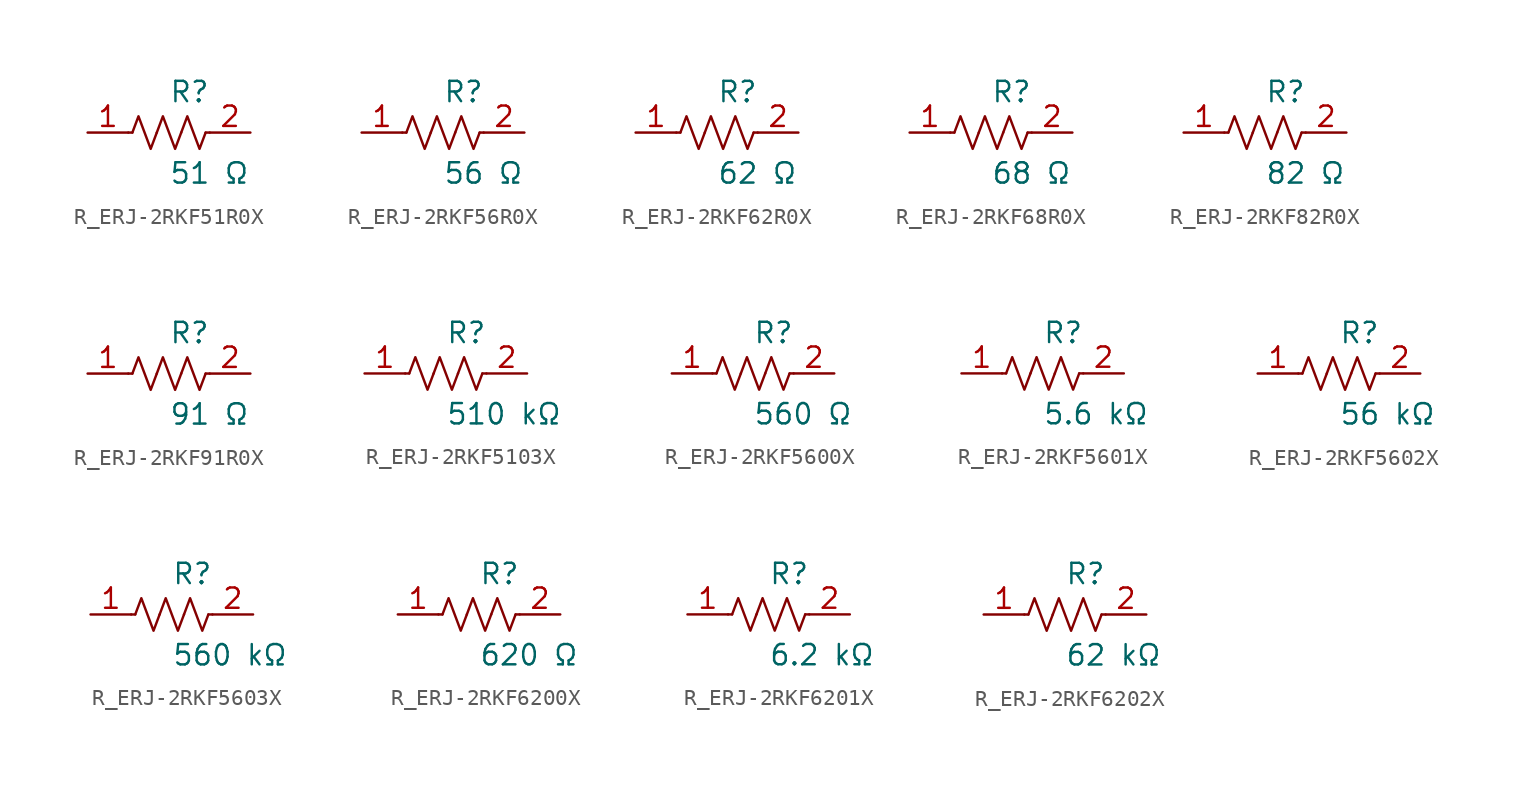
<source format=kicad_sym>
(kicad_symbol_lib
  (version 20231120)
  (generator kicad_symbol_editor)
  (generator_version 8.0)
  (symbol "R_ERJ-2RKF51R0X"
    (pin_names
      (offset 0.254))
    (property "Reference" "R"
      (at 0.0 2.54 0)
      (effects (font (size 1.27 1.27)) (justify left)))
    (property "Value" "51 Ω"
      (at 0.0 -2.54 0)
      (effects (font (size 1.27 1.27)) (justify left)))
    (symbol "R_ERJ-2RKF51R0X_0_1"
      (polyline (pts (xy 2.286 0) (xy 2.54 0)) (stroke (width 0) (type default)) (fill (type none)))
      (polyline (pts (xy -2.286 0) (xy -2.54 0)) (stroke (width 0) (type default)) (fill (type none)))
      (polyline (pts (xy 0.762 0) (xy 1.143 1.016) (xy 1.524 0) (xy 1.905 -1.016) (xy 2.286 0)) (stroke (width 0) (type default)) (fill (type none)))
      (polyline (pts (xy -0.762 0) (xy -0.381 1.016) (xy 0 0) (xy 0.381 -1.016) (xy 0.762 0)) (stroke (width 0) (type default)) (fill (type none)))
      (polyline (pts (xy -2.286 0) (xy -1.905 1.016) (xy -1.524 0) (xy -1.143 -1.016) (xy -0.762 0)) (stroke (width 0) (type default)) (fill (type none))))
    (pin unspecified line
      (at -5.08 0 0)
      (length 2.54)
      (name "" (effects (font (size 1.27 1.27))))
      (number "1" (effects (font (size 1.27 1.27)))))
    (pin unspecified line
      (at 5.08 0 180)
      (length 2.54)
      (name "" (effects (font (size 1.27 1.27))))
      (number "2" (effects (font (size 1.27 1.27))))))
  (symbol "R_ERJ-2RKF56R0X"
    (pin_names
      (offset 0.254))
    (property "Reference" "R"
      (at 0.0 2.54 0)
      (effects (font (size 1.27 1.27)) (justify left)))
    (property "Value" "56 Ω"
      (at 0.0 -2.54 0)
      (effects (font (size 1.27 1.27)) (justify left)))
    (symbol "R_ERJ-2RKF56R0X_0_1"
      (polyline (pts (xy 2.286 0) (xy 2.54 0)) (stroke (width 0) (type default)) (fill (type none)))
      (polyline (pts (xy -2.286 0) (xy -2.54 0)) (stroke (width 0) (type default)) (fill (type none)))
      (polyline (pts (xy 0.762 0) (xy 1.143 1.016) (xy 1.524 0) (xy 1.905 -1.016) (xy 2.286 0)) (stroke (width 0) (type default)) (fill (type none)))
      (polyline (pts (xy -0.762 0) (xy -0.381 1.016) (xy 0 0) (xy 0.381 -1.016) (xy 0.762 0)) (stroke (width 0) (type default)) (fill (type none)))
      (polyline (pts (xy -2.286 0) (xy -1.905 1.016) (xy -1.524 0) (xy -1.143 -1.016) (xy -0.762 0)) (stroke (width 0) (type default)) (fill (type none))))
    (pin unspecified line
      (at -5.08 0 0)
      (length 2.54)
      (name "" (effects (font (size 1.27 1.27))))
      (number "1" (effects (font (size 1.27 1.27)))))
    (pin unspecified line
      (at 5.08 0 180)
      (length 2.54)
      (name "" (effects (font (size 1.27 1.27))))
      (number "2" (effects (font (size 1.27 1.27))))))
  (symbol "R_ERJ-2RKF62R0X"
    (pin_names
      (offset 0.254))
    (property "Reference" "R"
      (at 0.0 2.54 0)
      (effects (font (size 1.27 1.27)) (justify left)))
    (property "Value" "62 Ω"
      (at 0.0 -2.54 0)
      (effects (font (size 1.27 1.27)) (justify left)))
    (symbol "R_ERJ-2RKF62R0X_0_1"
      (polyline (pts (xy 2.286 0) (xy 2.54 0)) (stroke (width 0) (type default)) (fill (type none)))
      (polyline (pts (xy -2.286 0) (xy -2.54 0)) (stroke (width 0) (type default)) (fill (type none)))
      (polyline (pts (xy 0.762 0) (xy 1.143 1.016) (xy 1.524 0) (xy 1.905 -1.016) (xy 2.286 0)) (stroke (width 0) (type default)) (fill (type none)))
      (polyline (pts (xy -0.762 0) (xy -0.381 1.016) (xy 0 0) (xy 0.381 -1.016) (xy 0.762 0)) (stroke (width 0) (type default)) (fill (type none)))
      (polyline (pts (xy -2.286 0) (xy -1.905 1.016) (xy -1.524 0) (xy -1.143 -1.016) (xy -0.762 0)) (stroke (width 0) (type default)) (fill (type none))))
    (pin unspecified line
      (at -5.08 0 0)
      (length 2.54)
      (name "" (effects (font (size 1.27 1.27))))
      (number "1" (effects (font (size 1.27 1.27)))))
    (pin unspecified line
      (at 5.08 0 180)
      (length 2.54)
      (name "" (effects (font (size 1.27 1.27))))
      (number "2" (effects (font (size 1.27 1.27))))))
  (symbol "R_ERJ-2RKF68R0X"
    (pin_names
      (offset 0.254))
    (property "Reference" "R"
      (at 0.0 2.54 0)
      (effects (font (size 1.27 1.27)) (justify left)))
    (property "Value" "68 Ω"
      (at 0.0 -2.54 0)
      (effects (font (size 1.27 1.27)) (justify left)))
    (symbol "R_ERJ-2RKF68R0X_0_1"
      (polyline (pts (xy 2.286 0) (xy 2.54 0)) (stroke (width 0) (type default)) (fill (type none)))
      (polyline (pts (xy -2.286 0) (xy -2.54 0)) (stroke (width 0) (type default)) (fill (type none)))
      (polyline (pts (xy 0.762 0) (xy 1.143 1.016) (xy 1.524 0) (xy 1.905 -1.016) (xy 2.286 0)) (stroke (width 0) (type default)) (fill (type none)))
      (polyline (pts (xy -0.762 0) (xy -0.381 1.016) (xy 0 0) (xy 0.381 -1.016) (xy 0.762 0)) (stroke (width 0) (type default)) (fill (type none)))
      (polyline (pts (xy -2.286 0) (xy -1.905 1.016) (xy -1.524 0) (xy -1.143 -1.016) (xy -0.762 0)) (stroke (width 0) (type default)) (fill (type none))))
    (pin unspecified line
      (at -5.08 0 0)
      (length 2.54)
      (name "" (effects (font (size 1.27 1.27))))
      (number "1" (effects (font (size 1.27 1.27)))))
    (pin unspecified line
      (at 5.08 0 180)
      (length 2.54)
      (name "" (effects (font (size 1.27 1.27))))
      (number "2" (effects (font (size 1.27 1.27))))))
  (symbol "R_ERJ-2RKF82R0X"
    (pin_names
      (offset 0.254))
    (property "Reference" "R"
      (at 0.0 2.54 0)
      (effects (font (size 1.27 1.27)) (justify left)))
    (property "Value" "82 Ω"
      (at 0.0 -2.54 0)
      (effects (font (size 1.27 1.27)) (justify left)))
    (symbol "R_ERJ-2RKF82R0X_0_1"
      (polyline (pts (xy 2.286 0) (xy 2.54 0)) (stroke (width 0) (type default)) (fill (type none)))
      (polyline (pts (xy -2.286 0) (xy -2.54 0)) (stroke (width 0) (type default)) (fill (type none)))
      (polyline (pts (xy 0.762 0) (xy 1.143 1.016) (xy 1.524 0) (xy 1.905 -1.016) (xy 2.286 0)) (stroke (width 0) (type default)) (fill (type none)))
      (polyline (pts (xy -0.762 0) (xy -0.381 1.016) (xy 0 0) (xy 0.381 -1.016) (xy 0.762 0)) (stroke (width 0) (type default)) (fill (type none)))
      (polyline (pts (xy -2.286 0) (xy -1.905 1.016) (xy -1.524 0) (xy -1.143 -1.016) (xy -0.762 0)) (stroke (width 0) (type default)) (fill (type none))))
    (pin unspecified line
      (at -5.08 0 0)
      (length 2.54)
      (name "" (effects (font (size 1.27 1.27))))
      (number "1" (effects (font (size 1.27 1.27)))))
    (pin unspecified line
      (at 5.08 0 180)
      (length 2.54)
      (name "" (effects (font (size 1.27 1.27))))
      (number "2" (effects (font (size 1.27 1.27))))))
  (symbol "R_ERJ-2RKF91R0X"
    (pin_names
      (offset 0.254))
    (property "Reference" "R"
      (at 0.0 2.54 0)
      (effects (font (size 1.27 1.27)) (justify left)))
    (property "Value" "91 Ω"
      (at 0.0 -2.54 0)
      (effects (font (size 1.27 1.27)) (justify left)))
    (symbol "R_ERJ-2RKF91R0X_0_1"
      (polyline (pts (xy 2.286 0) (xy 2.54 0)) (stroke (width 0) (type default)) (fill (type none)))
      (polyline (pts (xy -2.286 0) (xy -2.54 0)) (stroke (width 0) (type default)) (fill (type none)))
      (polyline (pts (xy 0.762 0) (xy 1.143 1.016) (xy 1.524 0) (xy 1.905 -1.016) (xy 2.286 0)) (stroke (width 0) (type default)) (fill (type none)))
      (polyline (pts (xy -0.762 0) (xy -0.381 1.016) (xy 0 0) (xy 0.381 -1.016) (xy 0.762 0)) (stroke (width 0) (type default)) (fill (type none)))
      (polyline (pts (xy -2.286 0) (xy -1.905 1.016) (xy -1.524 0) (xy -1.143 -1.016) (xy -0.762 0)) (stroke (width 0) (type default)) (fill (type none))))
    (pin unspecified line
      (at -5.08 0 0)
      (length 2.54)
      (name "" (effects (font (size 1.27 1.27))))
      (number "1" (effects (font (size 1.27 1.27)))))
    (pin unspecified line
      (at 5.08 0 180)
      (length 2.54)
      (name "" (effects (font (size 1.27 1.27))))
      (number "2" (effects (font (size 1.27 1.27))))))
  (symbol "R_ERJ-2RKF5103X"
    (pin_names
      (offset 0.254))
    (property "Reference" "R"
      (at 0.0 2.54 0)
      (effects (font (size 1.27 1.27)) (justify left)))
    (property "Value" "510 kΩ"
      (at 0.0 -2.54 0)
      (effects (font (size 1.27 1.27)) (justify left)))
    (symbol "R_ERJ-2RKF5103X_0_1"
      (polyline (pts (xy 2.286 0) (xy 2.54 0)) (stroke (width 0) (type default)) (fill (type none)))
      (polyline (pts (xy -2.286 0) (xy -2.54 0)) (stroke (width 0) (type default)) (fill (type none)))
      (polyline (pts (xy 0.762 0) (xy 1.143 1.016) (xy 1.524 0) (xy 1.905 -1.016) (xy 2.286 0)) (stroke (width 0) (type default)) (fill (type none)))
      (polyline (pts (xy -0.762 0) (xy -0.381 1.016) (xy 0 0) (xy 0.381 -1.016) (xy 0.762 0)) (stroke (width 0) (type default)) (fill (type none)))
      (polyline (pts (xy -2.286 0) (xy -1.905 1.016) (xy -1.524 0) (xy -1.143 -1.016) (xy -0.762 0)) (stroke (width 0) (type default)) (fill (type none))))
    (pin unspecified line
      (at -5.08 0 0)
      (length 2.54)
      (name "" (effects (font (size 1.27 1.27))))
      (number "1" (effects (font (size 1.27 1.27)))))
    (pin unspecified line
      (at 5.08 0 180)
      (length 2.54)
      (name "" (effects (font (size 1.27 1.27))))
      (number "2" (effects (font (size 1.27 1.27))))))
  (symbol "R_ERJ-2RKF5600X"
    (pin_names
      (offset 0.254))
    (property "Reference" "R"
      (at 0.0 2.54 0)
      (effects (font (size 1.27 1.27)) (justify left)))
    (property "Value" "560 Ω"
      (at 0.0 -2.54 0)
      (effects (font (size 1.27 1.27)) (justify left)))
    (symbol "R_ERJ-2RKF5600X_0_1"
      (polyline (pts (xy 2.286 0) (xy 2.54 0)) (stroke (width 0) (type default)) (fill (type none)))
      (polyline (pts (xy -2.286 0) (xy -2.54 0)) (stroke (width 0) (type default)) (fill (type none)))
      (polyline (pts (xy 0.762 0) (xy 1.143 1.016) (xy 1.524 0) (xy 1.905 -1.016) (xy 2.286 0)) (stroke (width 0) (type default)) (fill (type none)))
      (polyline (pts (xy -0.762 0) (xy -0.381 1.016) (xy 0 0) (xy 0.381 -1.016) (xy 0.762 0)) (stroke (width 0) (type default)) (fill (type none)))
      (polyline (pts (xy -2.286 0) (xy -1.905 1.016) (xy -1.524 0) (xy -1.143 -1.016) (xy -0.762 0)) (stroke (width 0) (type default)) (fill (type none))))
    (pin unspecified line
      (at -5.08 0 0)
      (length 2.54)
      (name "" (effects (font (size 1.27 1.27))))
      (number "1" (effects (font (size 1.27 1.27)))))
    (pin unspecified line
      (at 5.08 0 180)
      (length 2.54)
      (name "" (effects (font (size 1.27 1.27))))
      (number "2" (effects (font (size 1.27 1.27))))))
  (symbol "R_ERJ-2RKF5601X"
    (pin_names
      (offset 0.254))
    (property "Reference" "R"
      (at 0.0 2.54 0)
      (effects (font (size 1.27 1.27)) (justify left)))
    (property "Value" "5.6 kΩ"
      (at 0.0 -2.54 0)
      (effects (font (size 1.27 1.27)) (justify left)))
    (symbol "R_ERJ-2RKF5601X_0_1"
      (polyline (pts (xy 2.286 0) (xy 2.54 0)) (stroke (width 0) (type default)) (fill (type none)))
      (polyline (pts (xy -2.286 0) (xy -2.54 0)) (stroke (width 0) (type default)) (fill (type none)))
      (polyline (pts (xy 0.762 0) (xy 1.143 1.016) (xy 1.524 0) (xy 1.905 -1.016) (xy 2.286 0)) (stroke (width 0) (type default)) (fill (type none)))
      (polyline (pts (xy -0.762 0) (xy -0.381 1.016) (xy 0 0) (xy 0.381 -1.016) (xy 0.762 0)) (stroke (width 0) (type default)) (fill (type none)))
      (polyline (pts (xy -2.286 0) (xy -1.905 1.016) (xy -1.524 0) (xy -1.143 -1.016) (xy -0.762 0)) (stroke (width 0) (type default)) (fill (type none))))
    (pin unspecified line
      (at -5.08 0 0)
      (length 2.54)
      (name "" (effects (font (size 1.27 1.27))))
      (number "1" (effects (font (size 1.27 1.27)))))
    (pin unspecified line
      (at 5.08 0 180)
      (length 2.54)
      (name "" (effects (font (size 1.27 1.27))))
      (number "2" (effects (font (size 1.27 1.27))))))
  (symbol "R_ERJ-2RKF5602X"
    (pin_names
      (offset 0.254))
    (property "Reference" "R"
      (at 0.0 2.54 0)
      (effects (font (size 1.27 1.27)) (justify left)))
    (property "Value" "56 kΩ"
      (at 0.0 -2.54 0)
      (effects (font (size 1.27 1.27)) (justify left)))
    (symbol "R_ERJ-2RKF5602X_0_1"
      (polyline (pts (xy 2.286 0) (xy 2.54 0)) (stroke (width 0) (type default)) (fill (type none)))
      (polyline (pts (xy -2.286 0) (xy -2.54 0)) (stroke (width 0) (type default)) (fill (type none)))
      (polyline (pts (xy 0.762 0) (xy 1.143 1.016) (xy 1.524 0) (xy 1.905 -1.016) (xy 2.286 0)) (stroke (width 0) (type default)) (fill (type none)))
      (polyline (pts (xy -0.762 0) (xy -0.381 1.016) (xy 0 0) (xy 0.381 -1.016) (xy 0.762 0)) (stroke (width 0) (type default)) (fill (type none)))
      (polyline (pts (xy -2.286 0) (xy -1.905 1.016) (xy -1.524 0) (xy -1.143 -1.016) (xy -0.762 0)) (stroke (width 0) (type default)) (fill (type none))))
    (pin unspecified line
      (at -5.08 0 0)
      (length 2.54)
      (name "" (effects (font (size 1.27 1.27))))
      (number "1" (effects (font (size 1.27 1.27)))))
    (pin unspecified line
      (at 5.08 0 180)
      (length 2.54)
      (name "" (effects (font (size 1.27 1.27))))
      (number "2" (effects (font (size 1.27 1.27))))))
  (symbol "R_ERJ-2RKF5603X"
    (pin_names
      (offset 0.254))
    (property "Reference" "R"
      (at 0.0 2.54 0)
      (effects (font (size 1.27 1.27)) (justify left)))
    (property "Value" "560 kΩ"
      (at 0.0 -2.54 0)
      (effects (font (size 1.27 1.27)) (justify left)))
    (symbol "R_ERJ-2RKF5603X_0_1"
      (polyline (pts (xy 2.286 0) (xy 2.54 0)) (stroke (width 0) (type default)) (fill (type none)))
      (polyline (pts (xy -2.286 0) (xy -2.54 0)) (stroke (width 0) (type default)) (fill (type none)))
      (polyline (pts (xy 0.762 0) (xy 1.143 1.016) (xy 1.524 0) (xy 1.905 -1.016) (xy 2.286 0)) (stroke (width 0) (type default)) (fill (type none)))
      (polyline (pts (xy -0.762 0) (xy -0.381 1.016) (xy 0 0) (xy 0.381 -1.016) (xy 0.762 0)) (stroke (width 0) (type default)) (fill (type none)))
      (polyline (pts (xy -2.286 0) (xy -1.905 1.016) (xy -1.524 0) (xy -1.143 -1.016) (xy -0.762 0)) (stroke (width 0) (type default)) (fill (type none))))
    (pin unspecified line
      (at -5.08 0 0)
      (length 2.54)
      (name "" (effects (font (size 1.27 1.27))))
      (number "1" (effects (font (size 1.27 1.27)))))
    (pin unspecified line
      (at 5.08 0 180)
      (length 2.54)
      (name "" (effects (font (size 1.27 1.27))))
      (number "2" (effects (font (size 1.27 1.27))))))
  (symbol "R_ERJ-2RKF6200X"
    (pin_names
      (offset 0.254))
    (property "Reference" "R"
      (at 0.0 2.54 0)
      (effects (font (size 1.27 1.27)) (justify left)))
    (property "Value" "620 Ω"
      (at 0.0 -2.54 0)
      (effects (font (size 1.27 1.27)) (justify left)))
    (symbol "R_ERJ-2RKF6200X_0_1"
      (polyline (pts (xy 2.286 0) (xy 2.54 0)) (stroke (width 0) (type default)) (fill (type none)))
      (polyline (pts (xy -2.286 0) (xy -2.54 0)) (stroke (width 0) (type default)) (fill (type none)))
      (polyline (pts (xy 0.762 0) (xy 1.143 1.016) (xy 1.524 0) (xy 1.905 -1.016) (xy 2.286 0)) (stroke (width 0) (type default)) (fill (type none)))
      (polyline (pts (xy -0.762 0) (xy -0.381 1.016) (xy 0 0) (xy 0.381 -1.016) (xy 0.762 0)) (stroke (width 0) (type default)) (fill (type none)))
      (polyline (pts (xy -2.286 0) (xy -1.905 1.016) (xy -1.524 0) (xy -1.143 -1.016) (xy -0.762 0)) (stroke (width 0) (type default)) (fill (type none))))
    (pin unspecified line
      (at -5.08 0 0)
      (length 2.54)
      (name "" (effects (font (size 1.27 1.27))))
      (number "1" (effects (font (size 1.27 1.27)))))
    (pin unspecified line
      (at 5.08 0 180)
      (length 2.54)
      (name "" (effects (font (size 1.27 1.27))))
      (number "2" (effects (font (size 1.27 1.27))))))
  (symbol "R_ERJ-2RKF6201X"
    (pin_names
      (offset 0.254))
    (property "Reference" "R"
      (at 0.0 2.54 0)
      (effects (font (size 1.27 1.27)) (justify left)))
    (property "Value" "6.2 kΩ"
      (at 0.0 -2.54 0)
      (effects (font (size 1.27 1.27)) (justify left)))
    (symbol "R_ERJ-2RKF6201X_0_1"
      (polyline (pts (xy 2.286 0) (xy 2.54 0)) (stroke (width 0) (type default)) (fill (type none)))
      (polyline (pts (xy -2.286 0) (xy -2.54 0)) (stroke (width 0) (type default)) (fill (type none)))
      (polyline (pts (xy 0.762 0) (xy 1.143 1.016) (xy 1.524 0) (xy 1.905 -1.016) (xy 2.286 0)) (stroke (width 0) (type default)) (fill (type none)))
      (polyline (pts (xy -0.762 0) (xy -0.381 1.016) (xy 0 0) (xy 0.381 -1.016) (xy 0.762 0)) (stroke (width 0) (type default)) (fill (type none)))
      (polyline (pts (xy -2.286 0) (xy -1.905 1.016) (xy -1.524 0) (xy -1.143 -1.016) (xy -0.762 0)) (stroke (width 0) (type default)) (fill (type none))))
    (pin unspecified line
      (at -5.08 0 0)
      (length 2.54)
      (name "" (effects (font (size 1.27 1.27))))
      (number "1" (effects (font (size 1.27 1.27)))))
    (pin unspecified line
      (at 5.08 0 180)
      (length 2.54)
      (name "" (effects (font (size 1.27 1.27))))
      (number "2" (effects (font (size 1.27 1.27))))))
  (symbol "R_ERJ-2RKF6202X"
    (pin_names
      (offset 0.254))
    (property "Reference" "R"
      (at 0.0 2.54 0)
      (effects (font (size 1.27 1.27)) (justify left)))
    (property "Value" "62 kΩ"
      (at 0.0 -2.54 0)
      (effects (font (size 1.27 1.27)) (justify left)))
    (symbol "R_ERJ-2RKF6202X_0_1"
      (polyline (pts (xy 2.286 0) (xy 2.54 0)) (stroke (width 0) (type default)) (fill (type none)))
      (polyline (pts (xy -2.286 0) (xy -2.54 0)) (stroke (width 0) (type default)) (fill (type none)))
      (polyline (pts (xy 0.762 0) (xy 1.143 1.016) (xy 1.524 0) (xy 1.905 -1.016) (xy 2.286 0)) (stroke (width 0) (type default)) (fill (type none)))
      (polyline (pts (xy -0.762 0) (xy -0.381 1.016) (xy 0 0) (xy 0.381 -1.016) (xy 0.762 0)) (stroke (width 0) (type default)) (fill (type none)))
      (polyline (pts (xy -2.286 0) (xy -1.905 1.016) (xy -1.524 0) (xy -1.143 -1.016) (xy -0.762 0)) (stroke (width 0) (type default)) (fill (type none))))
    (pin unspecified line
      (at -5.08 0 0)
      (length 2.54)
      (name "" (effects (font (size 1.27 1.27))))
      (number "1" (effects (font (size 1.27 1.27)))))
    (pin unspecified line
      (at 5.08 0 180)
      (length 2.54)
      (name "" (effects (font (size 1.27 1.27))))
      (number "2" (effects (font (size 1.27 1.27)))))))
</source>
